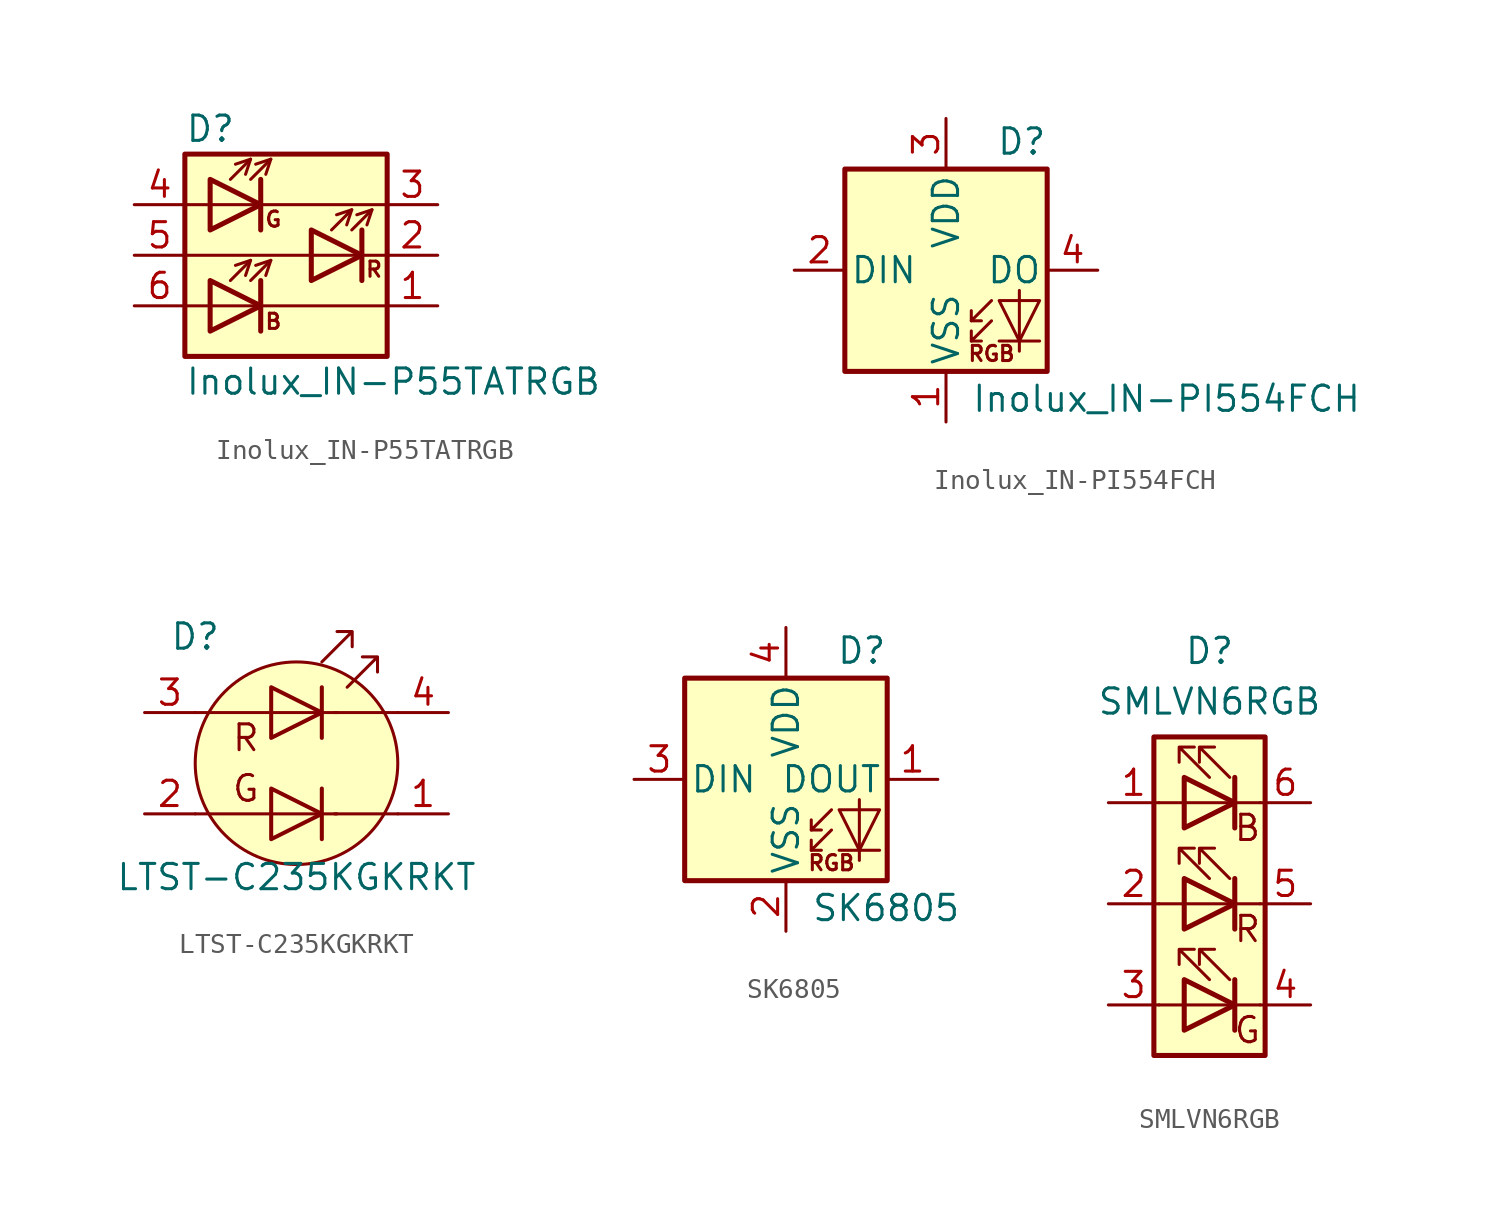
<source format=kicad_sym>
(kicad_symbol_lib
  (version 20241209)
  (generator "kicad_symbol_editor")
  (generator_version "9.0")
  (symbol "Inolux_IN-P55TATRGB"
    (pin_names
      (hide yes))
    (property "Reference" "D"
      (at -5.08 6.35 0)
      (effects (font (size 1.27 1.27)) (justify left)))
    (property "Value" "Inolux_IN-P55TATRGB"
      (at -5.08 -6.35 0)
      (effects (font (size 1.27 1.27)) (justify left)))
    (symbol "Inolux_IN-P55TATRGB_0_0"
      (text "B" (at -0.635 -3.327 0) (effects (font (size 0.762 0.762)))))
    (symbol "Inolux_IN-P55TATRGB_0_1"
      (rectangle (start -5.08 5.08) (end 5.08 -5.08) (stroke (width 0.254) (type default)) (fill (type background)))
      (polyline (pts (xy -5.08 2.54) (xy 5.08 2.54)) (stroke (width 0) (type default)) (fill (type none)))
      (polyline (pts (xy -5.08 0) (xy 5.08 0)) (stroke (width 0) (type default)) (fill (type none)))
      (polyline (pts (xy -5.08 -2.54) (xy 5.08 -2.54)) (stroke (width 0) (type default)) (fill (type none)))
      (polyline (pts (xy -3.81 3.81) (xy -3.81 1.27) (xy -1.27 2.54) (xy -3.81 3.81)) (stroke (width 0.254) (type default)) (fill (type none)))
      (polyline (pts (xy -3.81 -1.27) (xy -3.81 -3.81) (xy -1.27 -2.54) (xy -3.81 -1.27)) (stroke (width 0.254) (type default)) (fill (type none)))
      (polyline (pts (xy -2.794 3.81) (xy -1.778 4.826)) (stroke (width 0) (type default)) (fill (type none)))
      (polyline (pts (xy -2.794 -1.27) (xy -1.778 -0.254)) (stroke (width 0) (type default)) (fill (type none)))
      (polyline (pts (xy -2.54 4.572) (xy -1.778 4.826) (xy -2.032 4.064)) (stroke (width 0) (type default)) (fill (type none)))
      (polyline (pts (xy -2.032 -1.016) (xy -1.778 -0.254) (xy -2.54 -0.508)) (stroke (width 0) (type default)) (fill (type none)))
      (polyline (pts (xy -1.778 3.81) (xy -0.762 4.826)) (stroke (width 0) (type default)) (fill (type none)))
      (polyline (pts (xy -1.778 -1.27) (xy -0.762 -0.254)) (stroke (width 0) (type default)) (fill (type none)))
      (polyline (pts (xy -1.524 4.572) (xy -0.762 4.826) (xy -1.016 4.064)) (stroke (width 0) (type default)) (fill (type none)))
      (polyline (pts (xy -1.524 -0.508) (xy -0.762 -0.254) (xy -1.016 -1.016)) (stroke (width 0) (type default)) (fill (type none)))
      (polyline (pts (xy -1.27 3.81) (xy -1.27 1.27)) (stroke (width 0.254) (type default)) (fill (type none)))
      (polyline (pts (xy -1.27 -1.27) (xy -1.27 -3.81)) (stroke (width 0.254) (type default)) (fill (type none)))
      (polyline (pts (xy 1.27 1.27) (xy 1.27 -1.27) (xy 3.81 0) (xy 1.27 1.27)) (stroke (width 0.254) (type default)) (fill (type none)))
      (polyline (pts (xy 2.286 1.27) (xy 3.302 2.286)) (stroke (width 0) (type default)) (fill (type none)))
      (polyline (pts (xy 3.048 1.524) (xy 3.302 2.286) (xy 2.54 2.032)) (stroke (width 0) (type default)) (fill (type none)))
      (polyline (pts (xy 3.302 1.27) (xy 4.318 2.286)) (stroke (width 0) (type default)) (fill (type none)))
      (polyline (pts (xy 3.556 2.032) (xy 4.318 2.286) (xy 4.064 1.524)) (stroke (width 0) (type default)) (fill (type none)))
      (polyline (pts (xy 3.81 1.27) (xy 3.81 -1.27)) (stroke (width 0.254) (type default)) (fill (type none))))
    (symbol "Inolux_IN-P55TATRGB_1_0"
      (text "G" (at -0.635 1.803 0) (effects (font (size 0.762 0.762))))
      (text "R" (at 4.42 -0.711 0) (effects (font (size 0.762 0.762)))))
    (symbol "Inolux_IN-P55TATRGB_1_1"
      (pin passive line (at -7.62 2.54 0) (length 2.54) (name "AG" (effects (font (size 1.27 1.27)))) (number "4" (effects (font (size 1.27 1.27)))))
      (pin passive line (at -7.62 0 0) (length 2.54) (name "AR" (effects (font (size 1.27 1.27)))) (number "5" (effects (font (size 1.27 1.27)))))
      (pin passive line (at -7.62 -2.54 0) (length 2.54) (name "AB" (effects (font (size 1.27 1.27)))) (number "6" (effects (font (size 1.27 1.27)))))
      (pin passive line (at 7.62 2.54 180) (length 2.54) (name "KG" (effects (font (size 1.27 1.27)))) (number "3" (effects (font (size 1.27 1.27)))))
      (pin passive line (at 7.62 0 180) (length 2.54) (name "KR" (effects (font (size 1.27 1.27)))) (number "2" (effects (font (size 1.27 1.27)))))
      (pin passive line (at 7.62 -2.54 180) (length 2.54) (name "KB" (effects (font (size 1.27 1.27)))) (number "1" (effects (font (size 1.27 1.27)))))))
  (symbol "Inolux_IN-PI554FCH"
    (pin_names
      (offset 0.254))
    (property "Reference" "D"
      (at 5.08 5.715 0)
      (effects (font (size 1.27 1.27)) (justify right bottom)))
    (property "Value" "Inolux_IN-PI554FCH"
      (at 1.27 -5.715 0)
      (effects (font (size 1.27 1.27)) (justify left top)))
    (symbol "Inolux_IN-PI554FCH_0_0"
      (text "RGB" (at 2.286 -4.191 0) (effects (font (size 0.762 0.762)))))
    (symbol "Inolux_IN-PI554FCH_0_1"
      (polyline (pts (xy 1.27 -2.54) (xy 1.778 -2.54)) (stroke (width 0) (type default)) (fill (type none)))
      (polyline (pts (xy 1.27 -3.556) (xy 1.778 -3.556)) (stroke (width 0) (type default)) (fill (type none)))
      (polyline (pts (xy 2.286 -1.524) (xy 1.27 -2.54) (xy 1.27 -2.032)) (stroke (width 0) (type default)) (fill (type none)))
      (polyline (pts (xy 2.286 -2.54) (xy 1.27 -3.556) (xy 1.27 -3.048)) (stroke (width 0) (type default)) (fill (type none)))
      (polyline (pts (xy 3.683 -1.016) (xy 3.683 -3.556) (xy 3.683 -4.064)) (stroke (width 0) (type default)) (fill (type none)))
      (polyline (pts (xy 4.699 -1.524) (xy 2.667 -1.524) (xy 3.683 -3.556) (xy 4.699 -1.524)) (stroke (width 0) (type default)) (fill (type none)))
      (polyline (pts (xy 4.699 -3.556) (xy 2.667 -3.556)) (stroke (width 0) (type default)) (fill (type none)))
      (rectangle (start 5.08 5.08) (end -5.08 -5.08) (stroke (width 0.254) (type default)) (fill (type background))))
    (symbol "Inolux_IN-PI554FCH_1_1"
      (pin input line (at -7.62 0 0) (length 2.54) (name "DIN" (effects (font (size 1.27 1.27)))) (number "2" (effects (font (size 1.27 1.27)))))
      (pin power_in line (at 0 7.62 270) (length 2.54) (name "VDD" (effects (font (size 1.27 1.27)))) (number "3" (effects (font (size 1.27 1.27)))))
      (pin power_in line (at 0 -7.62 90) (length 2.54) (name "VSS" (effects (font (size 1.27 1.27)))) (number "1" (effects (font (size 1.27 1.27)))))
      (pin output line (at 7.62 0 180) (length 2.54) (name "DO" (effects (font (size 1.27 1.27)))) (number "4" (effects (font (size 1.27 1.27)))))))
  (symbol "LTST-C235KGKRKT"
    (pin_names
      (offset 0)
      (hide yes))
    (property "Reference" "D"
      (at -5.08 6.35 0)
      (effects (font (size 1.27 1.27))))
    (property "Value" "LTST-C235KGKRKT"
      (at 0 -5.715 0)
      (effects (font (size 1.27 1.27))))
    (symbol "LTST-C235KGKRKT_0_0"
      (text "R" (at -2.54 1.27 0) (effects (font (size 1.295 1.295))))
      (text "G" (at -2.54 -1.27 0) (effects (font (size 1.295 1.295)))))
    (symbol "LTST-C235KGKRKT_0_1"
      (polyline (pts (xy -5.08 2.54) (xy 2.032 2.54)) (stroke (width 0) (type solid)) (fill (type none)))
      (polyline (pts (xy -5.08 -2.54) (xy 2.032 -2.54)) (stroke (width 0) (type solid)) (fill (type none)))
      (polyline (pts (xy -1.27 3.81) (xy -1.27 1.27) (xy 1.27 2.54) (xy -1.27 3.81)) (stroke (width 0.203) (type solid)) (fill (type none)))
      (polyline (pts (xy -1.27 -1.27) (xy -1.27 -3.81) (xy 1.27 -2.54) (xy -1.27 -1.27)) (stroke (width 0.203) (type solid)) (fill (type none)))
      (circle (center 0 0) (radius 5.08) (stroke (width 0) (type solid)) (fill (type background)))
      (polyline (pts (xy 1.27 5.08) (xy 2.794 6.604) (xy 2.032 6.604) (xy 2.794 6.604) (xy 2.794 5.842)) (stroke (width 0) (type solid)) (fill (type none)))
      (polyline (pts (xy 1.27 3.81) (xy 1.27 1.27)) (stroke (width 0.203) (type solid)) (fill (type none)))
      (polyline (pts (xy 1.27 -1.27) (xy 1.27 -3.81)) (stroke (width 0.203) (type solid)) (fill (type none)))
      (polyline (pts (xy 2.54 3.81) (xy 4.064 5.334) (xy 3.302 5.334) (xy 4.064 5.334) (xy 4.064 4.572)) (stroke (width 0) (type solid)) (fill (type none)))
      (polyline (pts (xy 5.08 2.54) (xy 1.905 2.54)) (stroke (width 0) (type solid)) (fill (type none)))
      (polyline (pts (xy 5.08 -2.54) (xy 1.905 -2.54)) (stroke (width 0) (type solid)) (fill (type none))))
    (symbol "LTST-C235KGKRKT_1_1"
      (pin input line (at -7.62 2.54 0) (length 2.54) (name "A1" (effects (font (size 1.27 1.27)))) (number "3" (effects (font (size 1.27 1.27)))))
      (pin input line (at -7.62 -2.54 0) (length 2.54) (name "A2" (effects (font (size 1.27 1.27)))) (number "2" (effects (font (size 1.27 1.27)))))
      (pin input line (at 7.62 2.54 180) (length 2.54) (name "K1" (effects (font (size 1.27 1.27)))) (number "4" (effects (font (size 1.27 1.27)))))
      (pin input line (at 7.62 -2.54 180) (length 2.54) (name "K2" (effects (font (size 1.27 1.27)))) (number "1" (effects (font (size 1.27 1.27)))))))
  (symbol "SK6805"
    (pin_names
      (offset 0.254))
    (property "Reference" "D"
      (at 5.08 5.715 0)
      (effects (font (size 1.27 1.27)) (justify right bottom)))
    (property "Value" "SK6805"
      (at 1.27 -5.715 0)
      (effects (font (size 1.27 1.27)) (justify left top)))
    (symbol "SK6805_0_0"
      (text "RGB" (at 2.286 -4.191 0) (effects (font (size 0.762 0.762)))))
    (symbol "SK6805_0_1"
      (polyline (pts (xy 1.27 -2.54) (xy 1.778 -2.54)) (stroke (width 0) (type default)) (fill (type none)))
      (polyline (pts (xy 1.27 -3.556) (xy 1.778 -3.556)) (stroke (width 0) (type default)) (fill (type none)))
      (polyline (pts (xy 2.286 -1.524) (xy 1.27 -2.54) (xy 1.27 -2.032)) (stroke (width 0) (type default)) (fill (type none)))
      (polyline (pts (xy 2.286 -2.54) (xy 1.27 -3.556) (xy 1.27 -3.048)) (stroke (width 0) (type default)) (fill (type none)))
      (polyline (pts (xy 3.683 -1.016) (xy 3.683 -3.556) (xy 3.683 -4.064)) (stroke (width 0) (type default)) (fill (type none)))
      (polyline (pts (xy 4.699 -1.524) (xy 2.667 -1.524) (xy 3.683 -3.556) (xy 4.699 -1.524)) (stroke (width 0) (type default)) (fill (type none)))
      (polyline (pts (xy 4.699 -3.556) (xy 2.667 -3.556)) (stroke (width 0) (type default)) (fill (type none)))
      (rectangle (start 5.08 5.08) (end -5.08 -5.08) (stroke (width 0.254) (type default)) (fill (type background))))
    (symbol "SK6805_1_1"
      (pin input line (at -7.62 0 0) (length 2.54) (name "DIN" (effects (font (size 1.27 1.27)))) (number "3" (effects (font (size 1.27 1.27)))))
      (pin power_in line (at 0 7.62 270) (length 2.54) (name "VDD" (effects (font (size 1.27 1.27)))) (number "4" (effects (font (size 1.27 1.27)))))
      (pin power_in line (at 0 -7.62 90) (length 2.54) (name "VSS" (effects (font (size 1.27 1.27)))) (number "2" (effects (font (size 1.27 1.27)))))
      (pin output line (at 7.62 0 180) (length 2.54) (name "DOUT" (effects (font (size 1.27 1.27)))) (number "1" (effects (font (size 1.27 1.27)))))))
  (symbol "SMLVN6RGB"
    (pin_names
      (offset 0)
      (hide yes))
    (property "Reference" "D"
      (at 0 12.7 0)
      (effects (font (size 1.27 1.27))))
    (property "Value" "SMLVN6RGB"
      (at 0 10.16 0)
      (effects (font (size 1.27 1.27))))
    (symbol "SMLVN6RGB_0_0"
      (text "B" (at 1.905 3.81 0) (effects (font (size 1.27 1.27))))
      (text "R" (at 1.905 -1.27 0) (effects (font (size 1.27 1.27))))
      (text "G" (at 1.905 -6.35 0) (effects (font (size 1.27 1.27)))))
    (symbol "SMLVN6RGB_0_1"
      (rectangle (start -2.794 8.382) (end 2.794 -7.62) (stroke (width 0.254) (type default)) (fill (type background)))
      (rectangle (start -1.27 6.35) (end -1.27 6.35) (stroke (width 0) (type default)) (fill (type none)))
      (polyline (pts (xy -1.27 6.35) (xy -1.27 3.81) (xy 1.27 5.08) (xy -1.27 6.35)) (stroke (width 0.254) (type default)) (fill (type none)))
      (polyline (pts (xy -1.27 5.08) (xy -2.54 5.08)) (stroke (width 0) (type default)) (fill (type none)))
      (rectangle (start -1.27 3.81) (end -1.27 6.35) (stroke (width 0) (type default)) (fill (type none)))
      (rectangle (start -1.27 1.27) (end -1.27 1.27) (stroke (width 0) (type default)) (fill (type none)))
      (polyline (pts (xy -1.27 1.27) (xy -1.27 -1.27) (xy 1.27 0) (xy -1.27 1.27)) (stroke (width 0.254) (type default)) (fill (type none)))
      (polyline (pts (xy -1.27 0) (xy -2.54 0)) (stroke (width 0) (type default)) (fill (type none)))
      (polyline (pts (xy -1.27 0) (xy 1.27 0)) (stroke (width 0) (type default)) (fill (type none)))
      (rectangle (start -1.27 -1.27) (end -1.27 1.27) (stroke (width 0) (type default)) (fill (type none)))
      (polyline (pts (xy -1.27 -3.81) (xy -1.27 -6.35) (xy 1.27 -5.08) (xy -1.27 -3.81)) (stroke (width 0.254) (type default)) (fill (type none)))
      (polyline (pts (xy -1.27 -5.08) (xy -2.54 -5.08)) (stroke (width 0) (type default)) (fill (type none)))
      (polyline (pts (xy 0 6.35) (xy -1.524 7.874) (xy -0.762 7.874) (xy -1.524 7.874) (xy -1.524 7.112)) (stroke (width 0) (type default)) (fill (type none)))
      (polyline (pts (xy 0 1.27) (xy -1.524 2.794) (xy -0.762 2.794) (xy -1.524 2.794) (xy -1.524 2.032)) (stroke (width 0) (type default)) (fill (type none)))
      (polyline (pts (xy 0 -3.81) (xy -1.524 -2.286) (xy -0.762 -2.286) (xy -1.524 -2.286) (xy -1.524 -3.048)) (stroke (width 0) (type default)) (fill (type none)))
      (polyline (pts (xy 1.016 6.35) (xy -0.508 7.874) (xy 0.254 7.874) (xy -0.508 7.874) (xy -0.508 7.112)) (stroke (width 0) (type default)) (fill (type none)))
      (polyline (pts (xy 1.016 1.27) (xy -0.508 2.794) (xy 0.254 2.794) (xy -0.508 2.794) (xy -0.508 2.032)) (stroke (width 0) (type default)) (fill (type none)))
      (polyline (pts (xy 1.016 -3.81) (xy -0.508 -2.286) (xy 0.254 -2.286) (xy -0.508 -2.286) (xy -0.508 -3.048)) (stroke (width 0) (type default)) (fill (type none)))
      (polyline (pts (xy 1.27 6.35) (xy 1.27 3.81)) (stroke (width 0.254) (type default)) (fill (type none)))
      (polyline (pts (xy 1.27 6.35) (xy 1.27 3.81) (xy 1.27 3.81)) (stroke (width 0) (type default)) (fill (type none)))
      (polyline (pts (xy 1.27 5.08) (xy -1.27 5.08)) (stroke (width 0) (type default)) (fill (type none)))
      (polyline (pts (xy 1.27 5.08) (xy 2.54 5.08)) (stroke (width 0) (type default)) (fill (type none)))
      (polyline (pts (xy 1.27 1.27) (xy 1.27 -1.27)) (stroke (width 0.254) (type default)) (fill (type none)))
      (polyline (pts (xy 1.27 1.27) (xy 1.27 -1.27) (xy 1.27 -1.27)) (stroke (width 0) (type default)) (fill (type none)))
      (polyline (pts (xy 1.27 0) (xy 2.54 0)) (stroke (width 0) (type default)) (fill (type none)))
      (polyline (pts (xy 1.27 -3.81) (xy 1.27 -6.35)) (stroke (width 0.254) (type default)) (fill (type none)))
      (polyline (pts (xy 1.27 -5.08) (xy -1.27 -5.08)) (stroke (width 0) (type default)) (fill (type none)))
      (polyline (pts (xy 1.27 -5.08) (xy 2.54 -5.08)) (stroke (width 0) (type default)) (fill (type none))))
    (symbol "SMLVN6RGB_1_1"
      (pin passive line (at -5.08 5.08 0) (length 2.54) (name "BA" (effects (font (size 1.27 1.27)))) (number "1" (effects (font (size 1.27 1.27)))))
      (pin passive line (at -5.08 0 0) (length 2.54) (name "RA" (effects (font (size 1.27 1.27)))) (number "2" (effects (font (size 1.27 1.27)))))
      (pin passive line (at -5.08 -5.08 0) (length 2.54) (name "GA" (effects (font (size 1.27 1.27)))) (number "3" (effects (font (size 1.27 1.27)))))
      (pin passive line (at 5.08 5.08 180) (length 2.54) (name "BK" (effects (font (size 1.27 1.27)))) (number "6" (effects (font (size 1.27 1.27)))))
      (pin passive line (at 5.08 0 180) (length 2.54) (name "RK" (effects (font (size 1.27 1.27)))) (number "5" (effects (font (size 1.27 1.27)))))
      (pin passive line (at 5.08 -5.08 180) (length 2.54) (name "GK" (effects (font (size 1.27 1.27)))) (number "4" (effects (font (size 1.27 1.27))))))))
</source>
